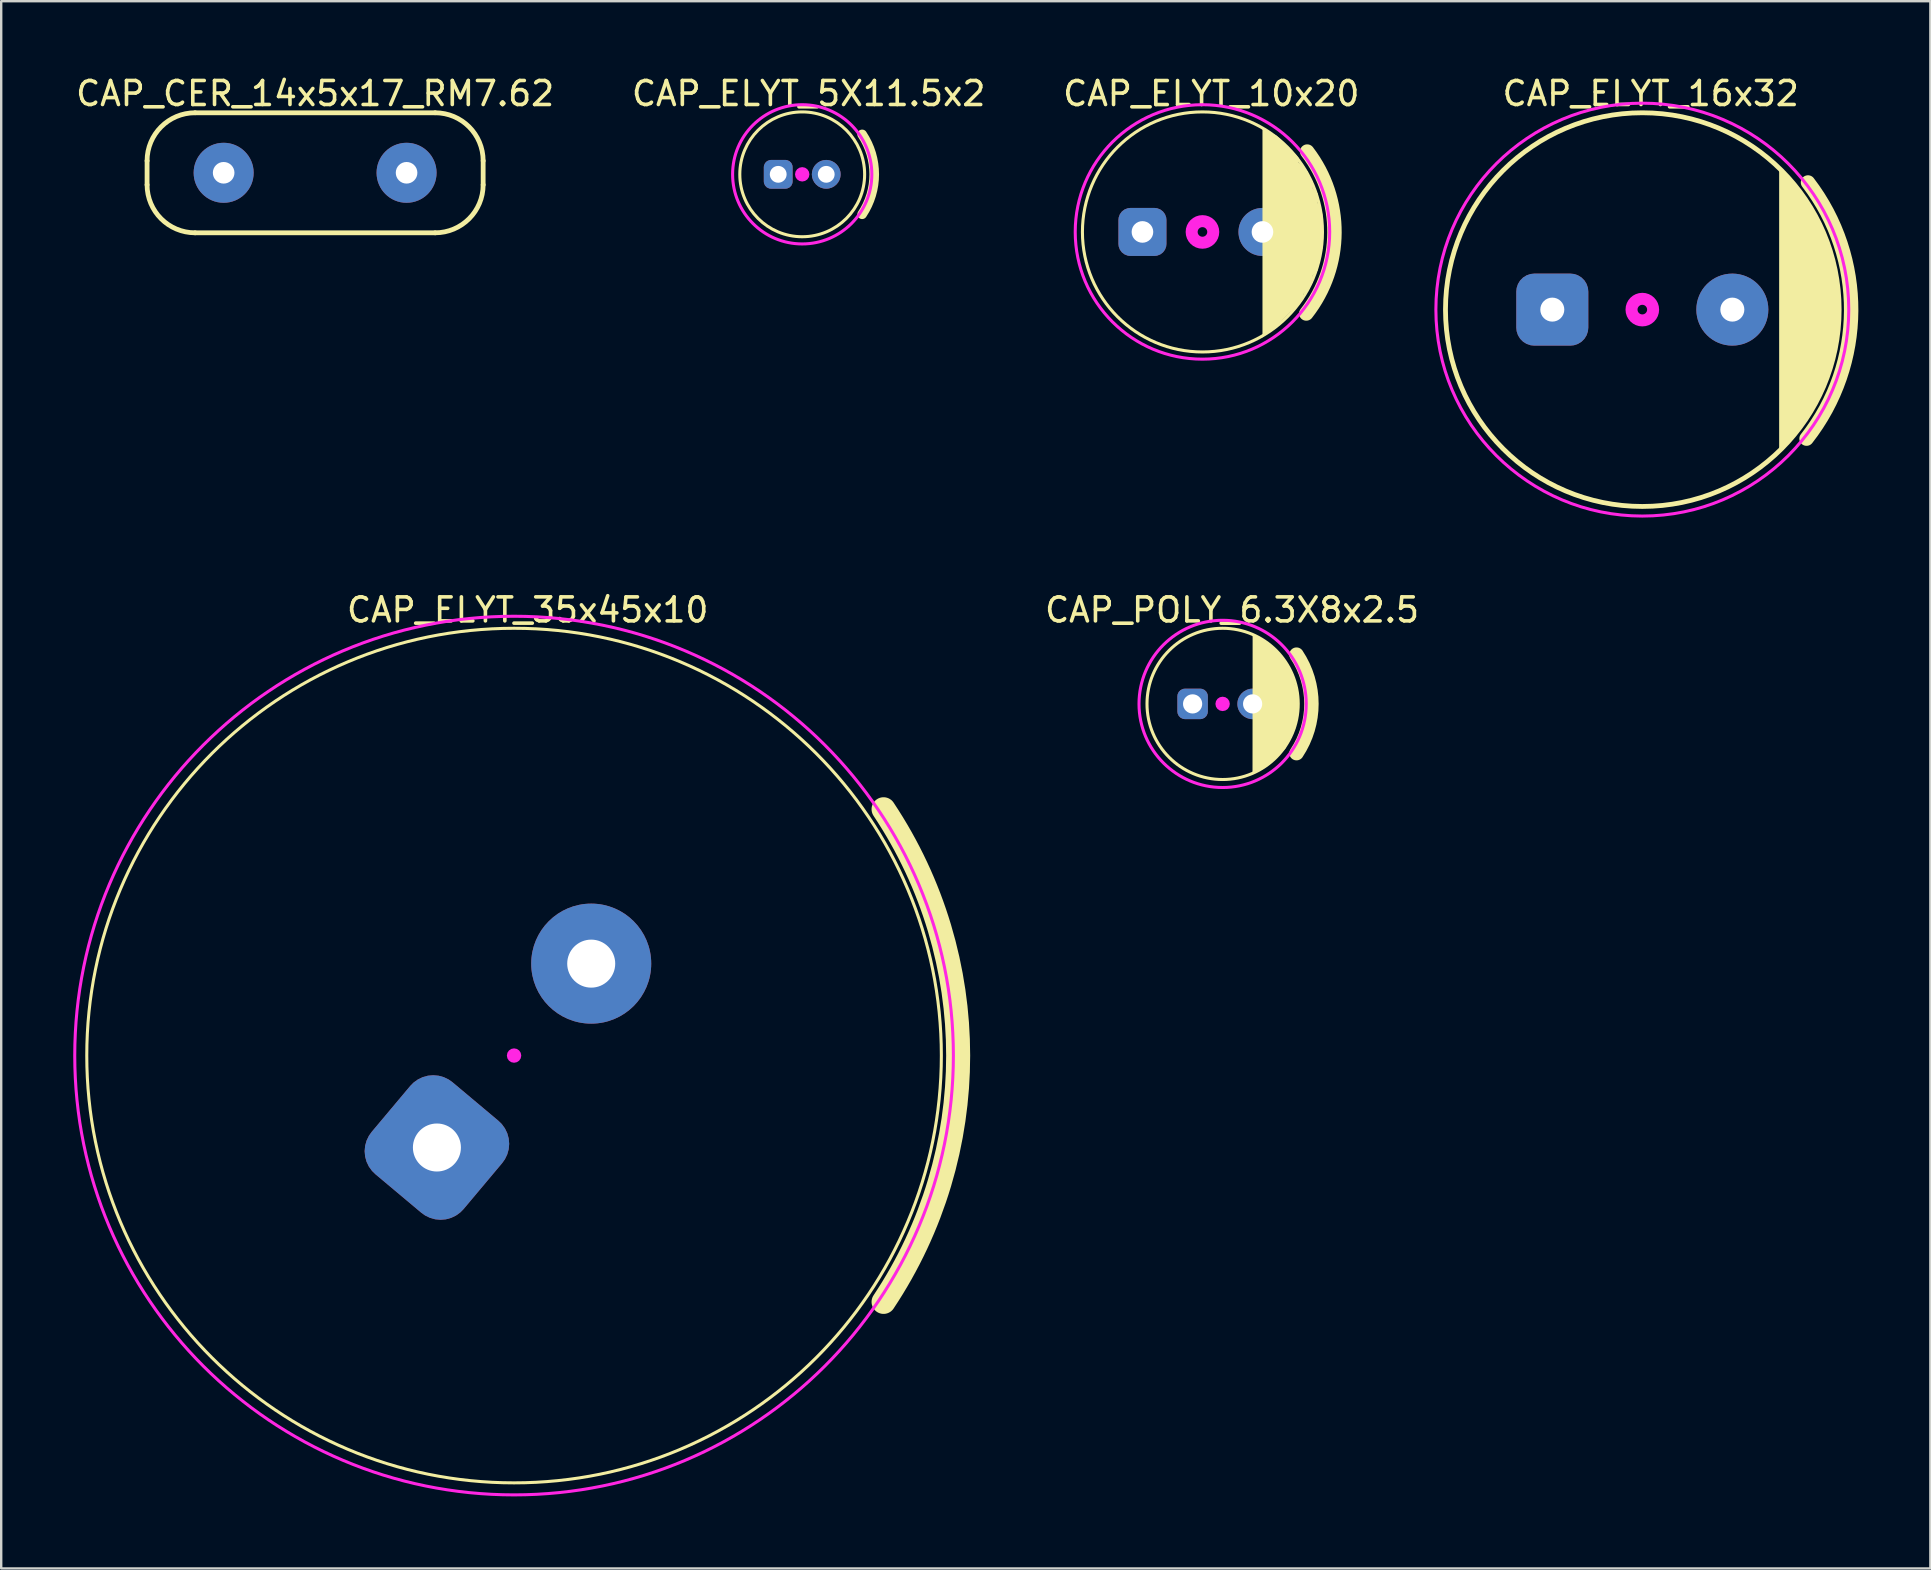
<source format=kicad_pcb>
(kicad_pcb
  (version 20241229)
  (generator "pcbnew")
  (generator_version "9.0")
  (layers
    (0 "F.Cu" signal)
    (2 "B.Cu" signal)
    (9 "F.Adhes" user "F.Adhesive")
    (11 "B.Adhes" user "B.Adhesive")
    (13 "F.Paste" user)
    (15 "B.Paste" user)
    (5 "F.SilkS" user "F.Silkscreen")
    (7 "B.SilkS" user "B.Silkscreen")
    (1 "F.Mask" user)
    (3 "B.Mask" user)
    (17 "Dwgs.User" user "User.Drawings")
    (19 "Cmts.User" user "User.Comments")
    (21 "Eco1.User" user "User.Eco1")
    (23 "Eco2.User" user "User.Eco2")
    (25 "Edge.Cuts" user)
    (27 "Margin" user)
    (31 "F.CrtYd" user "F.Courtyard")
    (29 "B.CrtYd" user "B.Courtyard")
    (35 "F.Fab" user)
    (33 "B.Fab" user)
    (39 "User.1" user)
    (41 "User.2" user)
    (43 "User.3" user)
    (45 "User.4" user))
  (footprint "CAP_ELYT_5X11.5x2"
    (layer "F.Cu")
    (at 30.369 4.212)
    (property "Reference" "CAP_ELYT_5X11.5x2" (at 0.268 -3.364 0) (layer "F.SilkS") (effects (font (size 1 1) (thickness 0.15))))
    (fp_arc (start 2.49615 -1.664102) (mid 3 -0.000001) (end 2.496151 1.664101) (stroke (width 0.4) (type solid)) (layer "F.SilkS"))
    (fp_circle (center 0 0) (end 0 -2.6) (stroke (width 0.127) (type solid)) (fill no) (layer "F.SilkS"))
    (fp_circle (center 0 0) (end 0 -2.9) (stroke (width 0.127) (type solid)) (fill no) (layer "F.CrtYd"))
    (fp_circle (center 0 0) (end 0 -0.15) (stroke (width 0.3) (type solid)) (fill no) (layer "F.CrtYd"))
    (fp_text_box "" (start -1.5 2.1) (end -1.5 2.1) (margins 1.27 1.27 1.27 1.27) (layer "F.Cu") (effects (font (size 1.627 1.5) (thickness 0.127)) (justify left bottom)) (border yes) (stroke (width 0.1) (type default)))
    (pad "1" thru_hole roundrect (at -1 0) (size 1.2 1.2) (drill 0.7) (layers "*.Cu" "*.Mask") (roundrect_rratio 0.25))
    (pad "2" thru_hole circle (at 1 0) (size 1.2 1.2) (drill 0.7) (layers "*.Cu" "*.Mask")))
  (footprint "CAP_POLY_6.3X8x2.5"
    (layer "F.Cu")
    (at 47.882 26.273)
    (property "Reference" "CAP_POLY_6.3X8x2.5" (at 0.393 -3.913 0) (layer "F.SilkS") (effects (font (size 1 1) (thickness 0.15))))
    (fp_arc (start 3.078585 -2.052392) (mid 3.7 0) (end 3.078585 2.052392) (stroke (width 0.6) (type solid)) (layer "F.SilkS"))
    (fp_circle (center 0 0) (end 0 -3.15) (stroke (width 0.127) (type solid)) (fill no) (layer "F.SilkS"))
    (fp_poly (pts (xy 1.25 -2.89) (xy 1.295 -2.845) (xy 1.397 -2.845) (xy 1.524 -2.718) (xy 1.626 -2.718) (xy 1.803 -2.54) (xy 1.905 -2.54) (xy 2.54 -1.905) (xy 2.54 -1.803) (xy 2.743 -1.6) (xy 2.743 -1.473) (xy 2.896 -1.321) (xy 2.896 -1.194) (xy 2.997 -1.092) (xy 2.997 -0.813) (xy 3.124 -0.686) (xy 3.124 0.66) (xy 3.023 0.762) (xy 3.023 1.041) (xy 2.87 1.194) (xy 2.87 1.397) (xy 2.642 1.626) (xy 2.642 1.829) (xy 1.93 2.54) (xy 1.803 2.54) (xy 1.575 2.769) (xy 1.422 2.769) (xy 1.245 2.946) (xy 1.27 2.896) (xy 1.245 2.87)) (stroke (width 0) (type default)) (fill yes) (layer "F.SilkS"))
    (fp_circle (center 0 0) (end 0 -3.483) (stroke (width 0.127) (type solid)) (fill no) (layer "F.CrtYd"))
    (fp_circle (center 0 0) (end 0 -0.15) (stroke (width 0.3) (type solid)) (fill no) (layer "F.CrtYd"))
    (pad "1" thru_hole roundrect (at -1.25 0) (size 1.27 1.27) (drill 0.8) (layers "*.Cu" "*.Mask") (roundrect_rratio 0.25))
    (pad "2" thru_hole circle (at 1.25 0) (size 1.27 1.27) (drill 0.8) (layers "*.Cu" "*.Mask")))
  (footprint "CAP_ELYT_10x20"
    (layer "F.Cu")
    (at 47.042 6.612)
    (property "Reference" "CAP_ELYT_10x20" (at 0.368 -5.763 0) (layer "F.SilkS") (effects (font (size 1 1) (thickness 0.15))))
    (fp_arc (start 4.3632 -3.348504) (mid 5.49991 0.031345) (end 4.32475 3.398019) (stroke (width 0.6) (type solid)) (layer "F.SilkS"))
    (fp_circle (center 0 0) (end 0 -5) (stroke (width 0.127) (type solid)) (fill no) (layer "F.SilkS"))
    (fp_poly (pts (xy 2.5 -4.3) (xy 2.6 -4.3) (xy 2.9 -4.1) (xy 3.1 -4) (xy 4 -3.1) (xy 4 -2.9) (xy 4.4 -2.5) (xy 4.4 -2.3) (xy 4.6 -2.1) (xy 4.6 -1.8) (xy 4.8 -1.6) (xy 4.8 -1.2) (xy 4.9 -1.1) (xy 5 -0.7) (xy 5 0.7) (xy 4.9 0.8) (xy 4.9 1.2) (xy 4.8 1.3) (xy 4.8 1.6) (xy 4.6 1.8) (xy 4.6 2.1) (xy 4.4 2.3) (xy 4.4 2.5) (xy 4.3 2.5) (xy 4.2 2.6) (xy 4.2 2.8) (xy 3.8 3.2) (xy 3.8 3.3) (xy 3.7 3.3) (xy 2.9 4.1) (xy 2.8 4.1) (xy 2.5 4.4)) (stroke (width 0) (type default)) (fill yes) (layer "F.SilkS"))
    (fp_circle (center 0 0) (end 0 -5.3) (stroke (width 0.127) (type solid)) (fill no) (layer "F.CrtYd"))
    (fp_circle (center 0 0) (end 0 -0.2) (stroke (width 0.5) (type solid)) (fill no) (layer "F.CrtYd"))
    (pad "1" thru_hole roundrect (at -2.5 0) (size 2 2) (drill 0.9) (layers "*.Cu" "*.Mask") (roundrect_rratio 0.25))
    (pad "2" thru_hole circle (at 2.5 0) (size 2 2) (drill 0.9) (layers "*.Cu" "*.Mask")))
  (footprint "CAP_ELYT_16x32"
    (layer "F.Cu")
    (at 65.366 9.848)
    (property "Reference" "CAP_ELYT_16x32" (at 0.35 -9 0) (layer "F.SilkS") (effects (font (size 1 1) (thickness 0.15))))
    (fp_arc (start 6.90179 -5.296725) (mid 8.699859 0.049583) (end 6.840968 5.375049) (stroke (width 0.6) (type solid)) (layer "F.SilkS"))
    (fp_circle (center 0 0) (end 0 -8.2) (stroke (width 0.2) (type solid)) (fill no) (layer "F.SilkS"))
    (fp_poly (pts (xy 5.7 5.9) (xy 5.892 5.708) (xy 6.165 5.435) (xy 6.657 4.836) (xy 7.087 4.192) (xy 7.452 3.509) (xy 7.748 2.794) (xy 7.973 2.053) (xy 8.124 1.293) (xy 8.2 0.523) (xy 8.2 0.135) (xy 8.2 -0.284) (xy 8.118 -1.118) (xy 7.954 -1.941) (xy 7.711 -2.744) (xy 7.39 -3.518) (xy 6.994 -4.258) (xy 6.529 -4.955) (xy 5.997 -5.604) (xy 5.7 -5.9)) (stroke (width 0) (type default)) (fill yes) (layer "F.SilkS"))
    (fp_circle (center 0 0) (end 0 -8.6) (stroke (width 0.127) (type solid)) (fill no) (layer "F.CrtYd"))
    (fp_circle (center 0 0) (end 0 -0.2) (stroke (width 0.5) (type solid)) (fill no) (layer "F.CrtYd"))
    (pad "1" thru_hole roundrect (at -3.75 0) (size 3 3) (drill 1) (layers "*.Cu" "*.Mask") (roundrect_rratio 0.25))
    (pad "2" thru_hole circle (at 3.75 0) (size 3 3) (drill 1) (layers "*.Cu" "*.Mask")))
  (footprint "CAP_ELYT_35x45x10"
    (layer "F.Cu")
    (at 18.365 40.923)
    (property "Reference" "CAP_ELYT_35x45x10" (at 0.568 -18.564 0) (layer "F.SilkS") (effects (font (size 1 1) (thickness 0.15))))
    (fp_arc (start 15.392926 -10.26196) (mid 18.5 -0.000001) (end 15.392927 10.261959) (stroke (width 1) (type solid)) (layer "F.SilkS"))
    (fp_circle (center 0 0) (end 0 -17.8) (stroke (width 0.127) (type solid)) (fill no) (layer "F.SilkS"))
    (fp_circle (center 0 0) (end 0 -18.301) (stroke (width 0.127) (type solid)) (fill no) (layer "F.CrtYd"))
    (fp_circle (center 0 0) (end 0 -0.15) (stroke (width 0.3) (type solid)) (fill no) (layer "F.CrtYd"))
    (fp_text_box "" (start -10.9 3) (end -10.9 3) (margins 2.6 2.6 2.6 2.6) (layer "F.Cu") (effects (font (size 3.4 3) (thickness 0.4)) (justify left bottom)) (border yes) (stroke (width 0.1) (type default)))
    (pad "1" thru_hole roundrect (at -3.214 3.83 50) (size 5 5) (drill 2) (layers "*.Cu" "*.Mask") (roundrect_rratio 0.25))
    (pad "2" thru_hole circle (at 3.214 -3.83 50) (size 5 5) (drill 2) (layers "*.Cu" "*.Mask")))
  (footprint "CAP_CER_14x5x17_RM7.62"
    (layer "F.Cu")
    (at 10.077 4.148)
    (property "Reference" "CAP_CER_14x5x17_RM7.62" (at 0 -3.3 0) (layer "F.SilkS") (effects (font (size 1 1) (thickness 0.15))))
    (fp_line (start -7 0.5) (end -7 -0.5) (stroke (width 0.2) (type solid)) (layer "F.SilkS"))
    (fp_line (start -5 -2.5) (end 5 -2.5) (stroke (width 0.2) (type solid)) (layer "F.SilkS"))
    (fp_line (start -5 2.5) (end 5 2.5) (stroke (width 0.2) (type solid)) (layer "F.SilkS"))
    (fp_line (start 7 0.5) (end 7 -0.5) (stroke (width 0.2) (type solid)) (layer "F.SilkS"))
    (fp_arc (start -7 -0.5) (mid -6.414214 -1.914214) (end -5 -2.5) (stroke (width 0.2) (type solid)) (layer "F.SilkS"))
    (fp_arc (start -5 2.5) (mid -6.414214 1.914214) (end -7 0.5) (stroke (width 0.2) (type solid)) (layer "F.SilkS"))
    (fp_arc (start 5 -2.5) (mid 6.414214 -1.914214) (end 7 -0.5) (stroke (width 0.2) (type solid)) (layer "F.SilkS"))
    (fp_arc (start 7 0.5) (mid 6.414214 1.914214) (end 5 2.5) (stroke (width 0.2) (type solid)) (layer "F.SilkS"))
    (fp_line (start -7 0.5) (end -7 -0.5) (stroke (width 0.1) (type solid)) (layer "Eco2.User"))
    (fp_line (start -5 -2.5) (end 5 -2.5) (stroke (width 0.1) (type solid)) (layer "Eco2.User"))
    (fp_line (start -5 2.5) (end 5 2.5) (stroke (width 0.1) (type solid)) (layer "Eco2.User"))
    (fp_line (start 7 0.5) (end 7 -0.5) (stroke (width 0.1) (type solid)) (layer "Eco2.User"))
    (fp_arc (start -7 -0.5) (mid -6.414214 -1.914214) (end -5 -2.5) (stroke (width 0.1) (type solid)) (layer "Eco2.User"))
    (fp_arc (start -5 2.5) (mid -6.414214 1.914214) (end -7 0.5) (stroke (width 0.1) (type solid)) (layer "Eco2.User"))
    (fp_arc (start 5 -2.5) (mid 6.414214 -1.914214) (end 7 -0.5) (stroke (width 0.1) (type solid)) (layer "Eco2.User"))
    (fp_arc (start 7 0.5) (mid 6.414214 1.914214) (end 5 2.5) (stroke (width 0.1) (type solid)) (layer "Eco2.User"))
    (fp_line (start -4.81 0) (end -3.81 0) (stroke (width 0.1) (type solid)) (layer "User.8"))
    (fp_line (start -3.81 0) (end -3.81 -1) (stroke (width 0.1) (type solid)) (layer "User.8"))
    (fp_line (start -3.81 0) (end -2.81 0) (stroke (width 0.1) (type solid)) (layer "User.8"))
    (fp_line (start -3.81 1) (end -3.81 0) (stroke (width 0.1) (type solid)) (layer "User.8"))
    (fp_line (start -1 0) (end 0 0) (stroke (width 0.1) (type solid)) (layer "User.8"))
    (fp_line (start 0 0) (end 0 -1) (stroke (width 0.1) (type solid)) (layer "User.8"))
    (fp_line (start 0 0) (end 1 0) (stroke (width 0.1) (type solid)) (layer "User.8"))
    (fp_line (start 0 1) (end 0 0) (stroke (width 0.1) (type solid)) (layer "User.8"))
    (fp_line (start 2.81 0) (end 3.81 0) (stroke (width 0.1) (type solid)) (layer "User.8"))
    (fp_line (start 3.81 0) (end 3.81 -1) (stroke (width 0.1) (type solid)) (layer "User.8"))
    (fp_line (start 3.81 0) (end 4.81 0) (stroke (width 0.1) (type solid)) (layer "User.8"))
    (fp_line (start 3.81 1) (end 3.81 0) (stroke (width 0.1) (type solid)) (layer "User.8"))
    (pad "1" thru_hole circle (at -3.81 0) (size 2.5 2.5) (drill 0.9) (layers "*.Cu" "*.Mask"))
    (pad "2" thru_hole circle (at 3.81 0) (size 2.5 2.5) (drill 0.9) (layers "*.Cu" "*.Mask")))
  (gr_rect
    (start -3 -3)
    (end 77.366 62.288)
    (stroke (width 0.1) (type default))
    (fill no)
    (layer "Edge.Cuts")))
</source>
